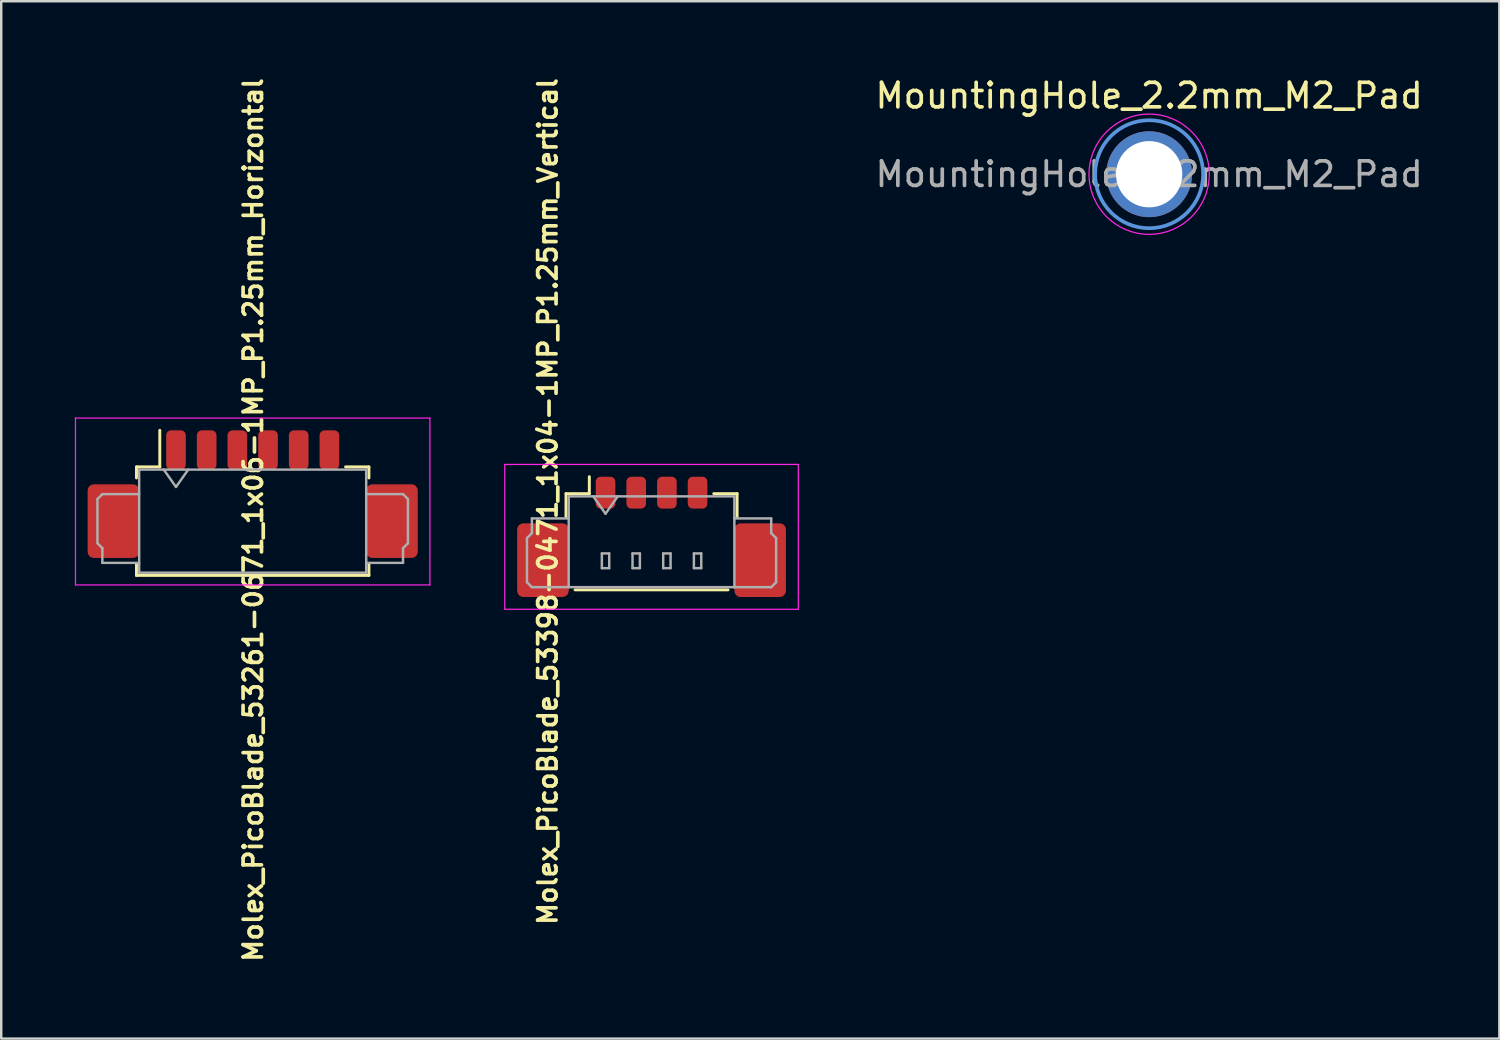
<source format=kicad_pcb>
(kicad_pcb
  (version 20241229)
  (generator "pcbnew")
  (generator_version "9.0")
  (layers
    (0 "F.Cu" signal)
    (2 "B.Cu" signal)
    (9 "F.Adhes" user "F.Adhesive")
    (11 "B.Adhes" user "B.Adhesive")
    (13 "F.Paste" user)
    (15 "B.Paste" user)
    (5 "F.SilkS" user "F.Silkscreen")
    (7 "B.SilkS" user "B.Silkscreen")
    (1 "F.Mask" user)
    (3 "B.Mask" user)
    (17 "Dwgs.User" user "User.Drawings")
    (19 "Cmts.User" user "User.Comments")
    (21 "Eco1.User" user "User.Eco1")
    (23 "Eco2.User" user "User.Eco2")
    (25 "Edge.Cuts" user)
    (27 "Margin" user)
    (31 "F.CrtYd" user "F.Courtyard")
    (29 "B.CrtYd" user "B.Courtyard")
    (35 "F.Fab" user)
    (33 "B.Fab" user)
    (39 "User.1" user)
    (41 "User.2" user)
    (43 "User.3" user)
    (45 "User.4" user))
  (footprint "Molex_PicoBlade_53398-0471_1x04-1MP_P1.25mm_Vertical"
    (layer "F.Cu")
    (at 23.495 18.272)
    (property "Reference" "Molex_PicoBlade_53398-0471_1x04-1MP_P1.25mm_Vertical" (at -4.23 -0.89 90) (layer "F.SilkS") (effects (font (size 0.75 0.75) (thickness 0.15))))
    (attr smd)
    (fp_line (start -3.485 -1.21) (end -2.535 -1.21) (stroke (width 0.12) (type solid)) (layer "F.SilkS"))
    (fp_line (start -3.485 -0.26) (end -3.485 -1.21) (stroke (width 0.12) (type solid)) (layer "F.SilkS"))
    (fp_line (start -3.115 2.71) (end 3.115 2.71) (stroke (width 0.12) (type solid)) (layer "F.SilkS"))
    (fp_line (start -2.535 -1.21) (end -2.535 -1.9) (stroke (width 0.12) (type solid)) (layer "F.SilkS"))
    (fp_line (start 3.485 -1.21) (end 2.535 -1.21) (stroke (width 0.12) (type solid)) (layer "F.SilkS"))
    (fp_line (start 3.485 -0.26) (end 3.485 -1.21) (stroke (width 0.12) (type solid)) (layer "F.SilkS"))
    (fp_line (start -5.98 -2.4) (end -5.98 3.5) (stroke (width 0.05) (type solid)) (layer "F.CrtYd"))
    (fp_line (start -5.98 3.5) (end 5.98 3.5) (stroke (width 0.05) (type solid)) (layer "F.CrtYd"))
    (fp_line (start 5.98 -2.4) (end -5.98 -2.4) (stroke (width 0.05) (type solid)) (layer "F.CrtYd"))
    (fp_line (start 5.98 3.5) (end 5.98 -2.4) (stroke (width 0.05) (type solid)) (layer "F.CrtYd"))
    (fp_line (start -5.075 0.6) (end -4.875 0.4) (stroke (width 0.1) (type solid)) (layer "F.Fab"))
    (fp_line (start -5.075 2.4) (end -5.075 0.6) (stroke (width 0.1) (type solid)) (layer "F.Fab"))
    (fp_line (start -4.875 -0.2) (end -3.375 -0.2) (stroke (width 0.1) (type solid)) (layer "F.Fab"))
    (fp_line (start -4.875 0.4) (end -4.875 -0.2) (stroke (width 0.1) (type solid)) (layer "F.Fab"))
    (fp_line (start -4.875 2.6) (end -5.075 2.4) (stroke (width 0.1) (type solid)) (layer "F.Fab"))
    (fp_line (start -3.375 -1.1) (end -3.375 2.6) (stroke (width 0.1) (type solid)) (layer "F.Fab"))
    (fp_line (start -3.375 -1.1) (end 3.375 -1.1) (stroke (width 0.1) (type solid)) (layer "F.Fab"))
    (fp_line (start -3.375 2.6) (end -4.875 2.6) (stroke (width 0.1) (type solid)) (layer "F.Fab"))
    (fp_line (start -3.375 2.6) (end 3.375 2.6) (stroke (width 0.1) (type solid)) (layer "F.Fab"))
    (fp_line (start -2.375 -1.1) (end -1.875 -0.393) (stroke (width 0.1) (type solid)) (layer "F.Fab"))
    (fp_line (start -2.025 1.225) (end -2.025 1.825) (stroke (width 0.1) (type solid)) (layer "F.Fab"))
    (fp_line (start -2.025 1.825) (end -1.725 1.825) (stroke (width 0.1) (type solid)) (layer "F.Fab"))
    (fp_line (start -1.875 -0.393) (end -1.375 -1.1) (stroke (width 0.1) (type solid)) (layer "F.Fab"))
    (fp_line (start -1.725 1.225) (end -2.025 1.225) (stroke (width 0.1) (type solid)) (layer "F.Fab"))
    (fp_line (start -1.725 1.825) (end -1.725 1.225) (stroke (width 0.1) (type solid)) (layer "F.Fab"))
    (fp_line (start -0.775 1.225) (end -0.775 1.825) (stroke (width 0.1) (type solid)) (layer "F.Fab"))
    (fp_line (start -0.775 1.825) (end -0.475 1.825) (stroke (width 0.1) (type solid)) (layer "F.Fab"))
    (fp_line (start -0.475 1.225) (end -0.775 1.225) (stroke (width 0.1) (type solid)) (layer "F.Fab"))
    (fp_line (start -0.475 1.825) (end -0.475 1.225) (stroke (width 0.1) (type solid)) (layer "F.Fab"))
    (fp_line (start 0.475 1.225) (end 0.475 1.825) (stroke (width 0.1) (type solid)) (layer "F.Fab"))
    (fp_line (start 0.475 1.825) (end 0.775 1.825) (stroke (width 0.1) (type solid)) (layer "F.Fab"))
    (fp_line (start 0.775 1.225) (end 0.475 1.225) (stroke (width 0.1) (type solid)) (layer "F.Fab"))
    (fp_line (start 0.775 1.825) (end 0.775 1.225) (stroke (width 0.1) (type solid)) (layer "F.Fab"))
    (fp_line (start 1.725 1.225) (end 1.725 1.825) (stroke (width 0.1) (type solid)) (layer "F.Fab"))
    (fp_line (start 1.725 1.825) (end 2.025 1.825) (stroke (width 0.1) (type solid)) (layer "F.Fab"))
    (fp_line (start 2.025 1.225) (end 1.725 1.225) (stroke (width 0.1) (type solid)) (layer "F.Fab"))
    (fp_line (start 2.025 1.825) (end 2.025 1.225) (stroke (width 0.1) (type solid)) (layer "F.Fab"))
    (fp_line (start 3.375 -1.1) (end 3.375 2.6) (stroke (width 0.1) (type solid)) (layer "F.Fab"))
    (fp_line (start 3.375 2.6) (end 4.875 2.6) (stroke (width 0.1) (type solid)) (layer "F.Fab"))
    (fp_line (start 4.875 -0.2) (end 3.375 -0.2) (stroke (width 0.1) (type solid)) (layer "F.Fab"))
    (fp_line (start 4.875 0.4) (end 4.875 -0.2) (stroke (width 0.1) (type solid)) (layer "F.Fab"))
    (fp_line (start 4.875 2.6) (end 5.075 2.4) (stroke (width 0.1) (type solid)) (layer "F.Fab"))
    (fp_line (start 5.075 0.6) (end 4.875 0.4) (stroke (width 0.1) (type solid)) (layer "F.Fab"))
    (fp_line (start 5.075 2.4) (end 5.075 0.6) (stroke (width 0.1) (type solid)) (layer "F.Fab"))
    (pad "1" smd roundrect (at -1.875 -1.25) (size 0.8 1.3) (layers "F.Cu" "F.Mask" "F.Paste") (roundrect_rratio 0.25))
    (pad "2" smd roundrect (at -0.625 -1.25) (size 0.8 1.3) (layers "F.Cu" "F.Mask" "F.Paste") (roundrect_rratio 0.25))
    (pad "3" smd roundrect (at 0.625 -1.25) (size 0.8 1.3) (layers "F.Cu" "F.Mask" "F.Paste") (roundrect_rratio 0.25))
    (pad "4" smd roundrect (at 1.875 -1.25) (size 0.8 1.3) (layers "F.Cu" "F.Mask" "F.Paste") (roundrect_rratio 0.25))
    (pad "MP" smd roundrect (at -4.425 1.5) (size 2.1 3) (layers "F.Cu" "F.Mask" "F.Paste") (roundrect_rratio 0.119))
    (pad "MP" smd roundrect (at 4.425 1.5) (size 2.1 3) (layers "F.Cu" "F.Mask" "F.Paste") (roundrect_rratio 0.119)))
  (footprint "Molex_PicoBlade_53261-0671_1x06-1MP_P1.25mm_Horizontal"
    (layer "F.Cu")
    (at 7.245 17.682)
    (property "Reference" "Molex_PicoBlade_53261-0671_1x06-1MP_P1.25mm_Horizontal" (at 0.019 0.45 90) (layer "F.SilkS") (effects (font (size 0.75 0.75) (thickness 0.15))))
    (attr smd)
    (fp_line (start -4.735 -1.71) (end -3.785 -1.71) (stroke (width 0.12) (type solid)) (layer "F.SilkS"))
    (fp_line (start -4.735 -1.26) (end -4.735 -1.71) (stroke (width 0.12) (type solid)) (layer "F.SilkS"))
    (fp_line (start -4.735 2.26) (end -4.735 2.71) (stroke (width 0.12) (type solid)) (layer "F.SilkS"))
    (fp_line (start -4.735 2.71) (end 4.735 2.71) (stroke (width 0.12) (type solid)) (layer "F.SilkS"))
    (fp_line (start -3.785 -1.71) (end -3.785 -3.2) (stroke (width 0.12) (type solid)) (layer "F.SilkS"))
    (fp_line (start 4.735 -1.71) (end 3.785 -1.71) (stroke (width 0.12) (type solid)) (layer "F.SilkS"))
    (fp_line (start 4.735 -1.26) (end 4.735 -1.71) (stroke (width 0.12) (type solid)) (layer "F.SilkS"))
    (fp_line (start 4.735 2.71) (end 4.735 2.26) (stroke (width 0.12) (type solid)) (layer "F.SilkS"))
    (fp_line (start -7.22 -3.7) (end -7.22 3.1) (stroke (width 0.05) (type solid)) (layer "F.CrtYd"))
    (fp_line (start -7.22 3.1) (end 7.22 3.1) (stroke (width 0.05) (type solid)) (layer "F.CrtYd"))
    (fp_line (start 7.22 -3.7) (end -7.22 -3.7) (stroke (width 0.05) (type solid)) (layer "F.CrtYd"))
    (fp_line (start 7.22 3.1) (end 7.22 -3.7) (stroke (width 0.05) (type solid)) (layer "F.CrtYd"))
    (fp_line (start -6.325 -0.4) (end -6.325 1.4) (stroke (width 0.1) (type solid)) (layer "F.Fab"))
    (fp_line (start -6.325 1.4) (end -6.125 1.6) (stroke (width 0.1) (type solid)) (layer "F.Fab"))
    (fp_line (start -6.125 -0.6) (end -6.325 -0.4) (stroke (width 0.1) (type solid)) (layer "F.Fab"))
    (fp_line (start -6.125 1.6) (end -6.125 2.2) (stroke (width 0.1) (type solid)) (layer "F.Fab"))
    (fp_line (start -6.125 2.2) (end -4.625 2.2) (stroke (width 0.1) (type solid)) (layer "F.Fab"))
    (fp_line (start -4.625 -1.6) (end -4.625 2.6) (stroke (width 0.1) (type solid)) (layer "F.Fab"))
    (fp_line (start -4.625 -1.6) (end 4.625 -1.6) (stroke (width 0.1) (type solid)) (layer "F.Fab"))
    (fp_line (start -4.625 -0.6) (end -6.125 -0.6) (stroke (width 0.1) (type solid)) (layer "F.Fab"))
    (fp_line (start -4.625 2.6) (end 4.625 2.6) (stroke (width 0.1) (type solid)) (layer "F.Fab"))
    (fp_line (start -3.625 -1.6) (end -3.125 -0.893) (stroke (width 0.1) (type solid)) (layer "F.Fab"))
    (fp_line (start -3.125 -0.893) (end -2.625 -1.6) (stroke (width 0.1) (type solid)) (layer "F.Fab"))
    (fp_line (start 4.625 -1.6) (end 4.625 2.6) (stroke (width 0.1) (type solid)) (layer "F.Fab"))
    (fp_line (start 4.625 -0.6) (end 6.125 -0.6) (stroke (width 0.1) (type solid)) (layer "F.Fab"))
    (fp_line (start 6.125 -0.6) (end 6.325 -0.4) (stroke (width 0.1) (type solid)) (layer "F.Fab"))
    (fp_line (start 6.125 1.6) (end 6.125 2.2) (stroke (width 0.1) (type solid)) (layer "F.Fab"))
    (fp_line (start 6.125 2.2) (end 4.625 2.2) (stroke (width 0.1) (type solid)) (layer "F.Fab"))
    (fp_line (start 6.325 -0.4) (end 6.325 1.4) (stroke (width 0.1) (type solid)) (layer "F.Fab"))
    (fp_line (start 6.325 1.4) (end 6.125 1.6) (stroke (width 0.1) (type solid)) (layer "F.Fab"))
    (pad "1" smd roundrect (at -3.125 -2.4) (size 0.8 1.6) (layers "F.Cu" "F.Mask" "F.Paste") (roundrect_rratio 0.25))
    (pad "2" smd roundrect (at -1.875 -2.4) (size 0.8 1.6) (layers "F.Cu" "F.Mask" "F.Paste") (roundrect_rratio 0.25))
    (pad "3" smd roundrect (at -0.625 -2.4) (size 0.8 1.6) (layers "F.Cu" "F.Mask" "F.Paste") (roundrect_rratio 0.25))
    (pad "4" smd roundrect (at 0.625 -2.4) (size 0.8 1.6) (layers "F.Cu" "F.Mask" "F.Paste") (roundrect_rratio 0.25))
    (pad "5" smd roundrect (at 1.875 -2.4) (size 0.8 1.6) (layers "F.Cu" "F.Mask" "F.Paste") (roundrect_rratio 0.25))
    (pad "6" smd roundrect (at 3.125 -2.4) (size 0.8 1.6) (layers "F.Cu" "F.Mask" "F.Paste") (roundrect_rratio 0.25))
    (pad "MP" smd roundrect (at -5.675 0.5) (size 2.1 3) (layers "F.Cu" "F.Mask" "F.Paste") (roundrect_rratio 0.119))
    (pad "MP" smd roundrect (at 5.675 0.5) (size 2.1 3) (layers "F.Cu" "F.Mask" "F.Paste") (roundrect_rratio 0.119)))
  (footprint "MountingHole_2.2mm_M2_Pad"
    (layer "F.Cu")
    (at 43.768 4.048)
    (property "Reference" "MountingHole_2.2mm_M2_Pad" (at 0 -3.2 180) (layer "F.SilkS") (effects (font (size 1 1) (thickness 0.15))))
    (attr exclude_from_pos_files exclude_from_bom)
    (fp_circle (center 0 0) (end 2.2 0) (stroke (width 0.15) (type solid)) (fill no) (layer "Cmts.User"))
    (fp_circle (center 0 0) (end 2.45 0) (stroke (width 0.05) (type solid)) (fill no) (layer "F.CrtYd"))
    (fp_text user "${REFERENCE}" (at 0 0 180) (layer "F.Fab") (effects (font (size 1 1) (thickness 0.15))))
    (pad "1" thru_hole circle (at 0 0) (size 3.5 3.5) (drill 2.7) (layers "*.Cu" "*.Mask")))
  (gr_rect
    (start -3 -3)
    (end 58.036 39.264)
    (stroke (width 0.1) (type default))
    (fill no)
    (layer "Edge.Cuts")))
</source>
